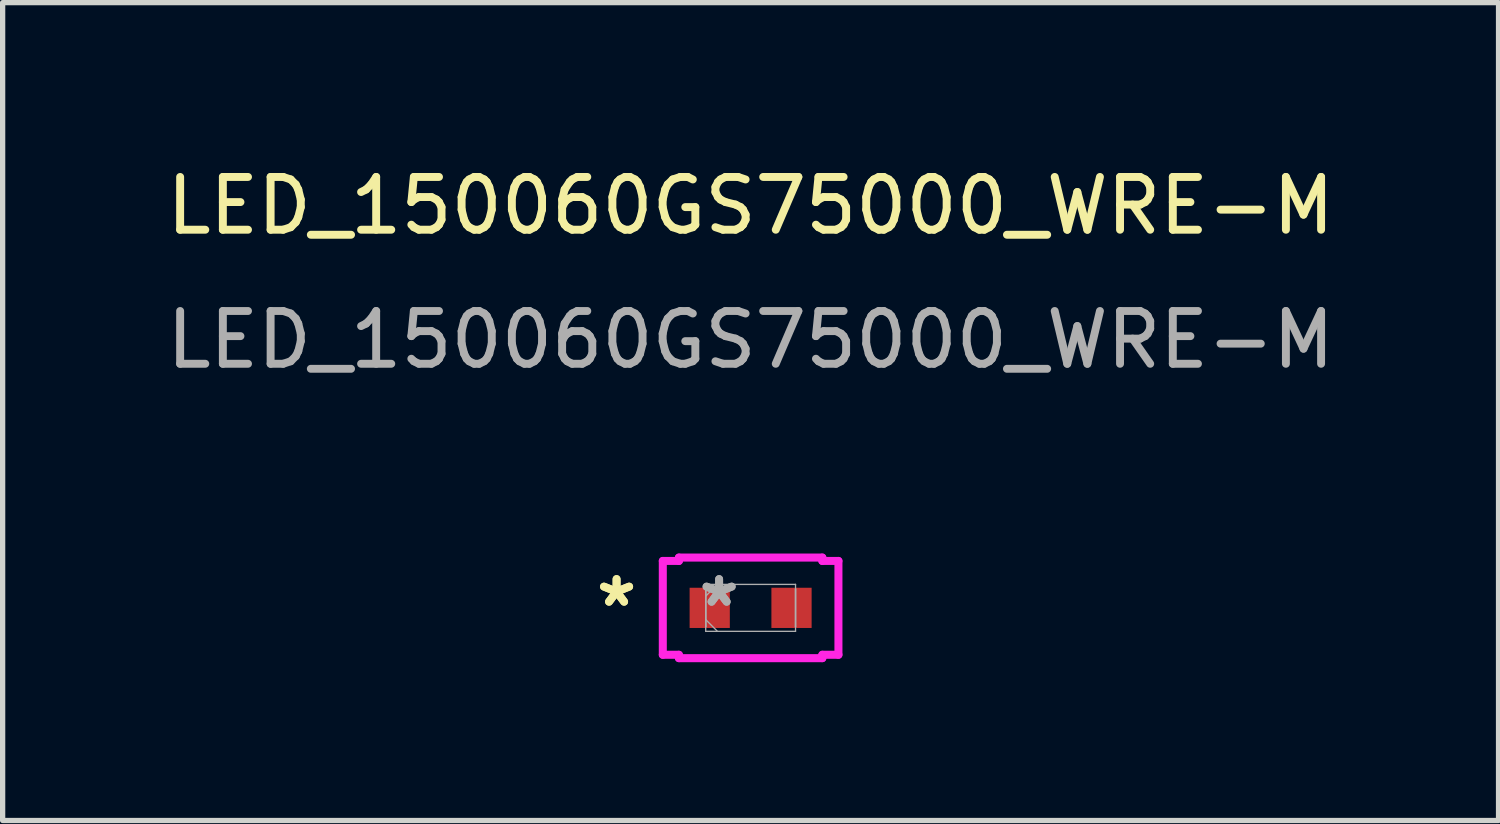
<source format=kicad_pcb>
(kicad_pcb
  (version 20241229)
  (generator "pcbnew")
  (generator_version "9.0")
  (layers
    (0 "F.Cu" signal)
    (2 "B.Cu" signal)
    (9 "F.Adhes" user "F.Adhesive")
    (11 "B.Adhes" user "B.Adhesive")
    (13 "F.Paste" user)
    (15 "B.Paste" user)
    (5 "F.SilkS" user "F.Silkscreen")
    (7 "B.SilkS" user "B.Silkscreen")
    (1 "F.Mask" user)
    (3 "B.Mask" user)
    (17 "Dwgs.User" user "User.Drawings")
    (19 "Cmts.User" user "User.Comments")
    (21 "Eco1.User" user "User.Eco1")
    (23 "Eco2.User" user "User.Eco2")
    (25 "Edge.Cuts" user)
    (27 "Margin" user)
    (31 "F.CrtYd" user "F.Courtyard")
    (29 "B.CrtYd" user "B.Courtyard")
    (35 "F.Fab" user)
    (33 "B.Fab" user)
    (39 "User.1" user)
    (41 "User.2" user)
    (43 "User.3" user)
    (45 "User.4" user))
  (footprint "LED_150060GS75000_WRE-M"
    (layer "F.Cu")
    (at 11.173 8.468)
    (property "Reference" "LED_150060GS75000_WRE-M" (at 0 -7.62 0) (unlocked yes) (layer "F.SilkS") (effects (font (size 1 1) (thickness 0.15))))
    (attr smd)
    (fp_line (start -1.664 -0.889) (end -1.359 -0.889) (stroke (width 0.152) (type solid)) (layer "F.CrtYd"))
    (fp_line (start -1.664 0.889) (end -1.664 -0.889) (stroke (width 0.152) (type solid)) (layer "F.CrtYd"))
    (fp_line (start -1.359 -0.953) (end 1.359 -0.953) (stroke (width 0.152) (type solid)) (layer "F.CrtYd"))
    (fp_line (start -1.359 -0.889) (end -1.359 -0.953) (stroke (width 0.152) (type solid)) (layer "F.CrtYd"))
    (fp_line (start -1.359 0.889) (end -1.664 0.889) (stroke (width 0.152) (type solid)) (layer "F.CrtYd"))
    (fp_line (start -1.359 0.953) (end -1.359 0.889) (stroke (width 0.152) (type solid)) (layer "F.CrtYd"))
    (fp_line (start 1.359 -0.953) (end 1.359 -0.889) (stroke (width 0.152) (type solid)) (layer "F.CrtYd"))
    (fp_line (start 1.359 -0.889) (end 1.664 -0.889) (stroke (width 0.152) (type solid)) (layer "F.CrtYd"))
    (fp_line (start 1.359 0.889) (end 1.359 0.953) (stroke (width 0.152) (type solid)) (layer "F.CrtYd"))
    (fp_line (start 1.359 0.953) (end -1.359 0.953) (stroke (width 0.152) (type solid)) (layer "F.CrtYd"))
    (fp_line (start 1.664 -0.889) (end 1.664 0.889) (stroke (width 0.152) (type solid)) (layer "F.CrtYd"))
    (fp_line (start 1.664 0.889) (end 1.359 0.889) (stroke (width 0.152) (type solid)) (layer "F.CrtYd"))
    (fp_line (start -0.851 -0.445) (end -0.851 0.445) (stroke (width 0.025) (type solid)) (layer "F.Fab"))
    (fp_line (start -0.851 -0.356) (end -0.851 -0.356) (stroke (width 0.025) (type solid)) (layer "F.Fab"))
    (fp_line (start -0.851 -0.356) (end -0.851 0.356) (stroke (width 0.025) (type solid)) (layer "F.Fab"))
    (fp_line (start -0.851 -0.222) (end -0.629 -0.445) (stroke (width 0.025) (type solid)) (layer "F.Fab"))
    (fp_line (start -0.851 0.222) (end -0.629 0.445) (stroke (width 0.025) (type solid)) (layer "F.Fab"))
    (fp_line (start -0.851 0.356) (end -0.851 -0.356) (stroke (width 0.025) (type solid)) (layer "F.Fab"))
    (fp_line (start -0.851 0.356) (end -0.851 0.356) (stroke (width 0.025) (type solid)) (layer "F.Fab"))
    (fp_line (start -0.851 0.445) (end 0.851 0.445) (stroke (width 0.025) (type solid)) (layer "F.Fab"))
    (fp_line (start 0.851 -0.445) (end -0.851 -0.445) (stroke (width 0.025) (type solid)) (layer "F.Fab"))
    (fp_line (start 0.851 -0.356) (end 0.851 -0.356) (stroke (width 0.025) (type solid)) (layer "F.Fab"))
    (fp_line (start 0.851 -0.356) (end 0.851 0.356) (stroke (width 0.025) (type solid)) (layer "F.Fab"))
    (fp_line (start 0.851 0.356) (end 0.851 -0.356) (stroke (width 0.025) (type solid)) (layer "F.Fab"))
    (fp_line (start 0.851 0.356) (end 0.851 0.356) (stroke (width 0.025) (type solid)) (layer "F.Fab"))
    (fp_line (start 0.851 0.445) (end 0.851 -0.445) (stroke (width 0.025) (type solid)) (layer "F.Fab"))
    (fp_text user "*" (at -2.54 0 0) (layer "F.SilkS") (effects (font (size 1 1) (thickness 0.15))))
    (fp_text user "*" (at -2.54 0 0) (unlocked yes) (layer "F.SilkS") (effects (font (size 1 1) (thickness 0.15))))
    (fp_text user "*" (at -0.597 0 0) (unlocked yes) (layer "F.Fab") (effects (font (size 1 1) (thickness 0.15))))
    (fp_text user "${REFERENCE}" (at 0 -5.08 0) (unlocked yes) (layer "F.Fab") (effects (font (size 1 1) (thickness 0.15))))
    (fp_text user "*" (at -0.597 0 0) (layer "F.Fab") (effects (font (size 1 1) (thickness 0.15))))
    (pad "1" smd rect (at -0.775 0) (size 0.762 0.762) (layers "F.Cu" "F.Mask" "F.Paste"))
    (pad "2" smd rect (at 0.775 0) (size 0.762 0.762) (layers "F.Cu" "F.Mask" "F.Paste"))
    (zone (net_name "") (layer "F.Cu") (hatch full 0.508) (connect_pads) (min_thickness 0.254) (filled_areas_thickness no) (keepout (tracks not_allowed) (vias not_allowed) (pads allowed) (copperpour not_allowed) (footprints allowed)) (placement (enabled no)) (fill) (polygon (pts (xy 10.83 8.075) (xy 11.516 8.075) (xy 11.516 8.862) (xy 10.83 8.862)))))
  (gr_rect
    (start -3 -3)
    (end 25.345 12.497)
    (stroke (width 0.1) (type default))
    (fill no)
    (layer "Edge.Cuts")))
</source>
